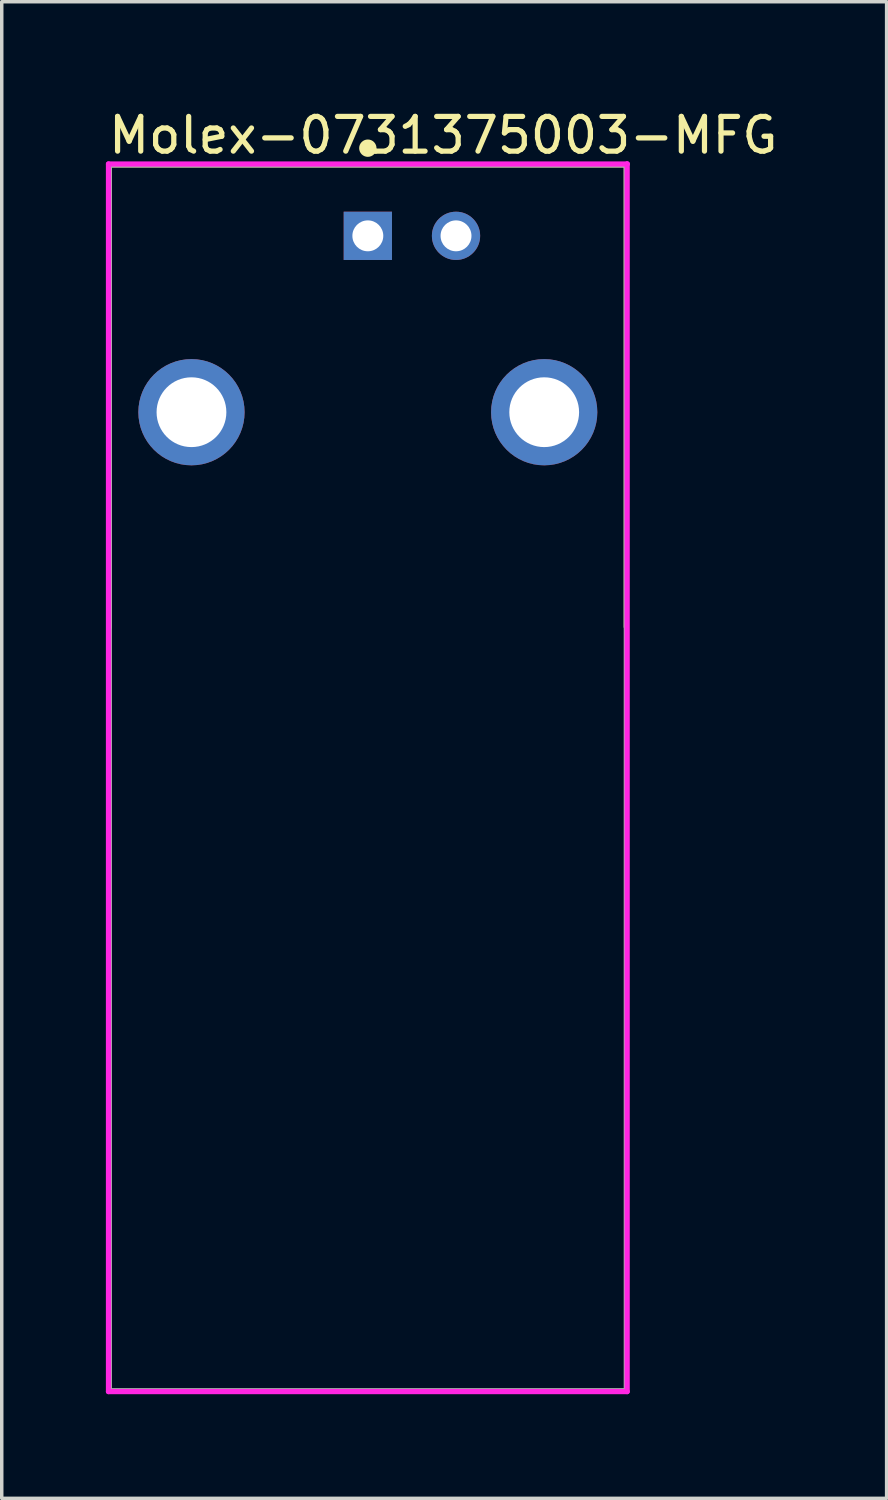
<source format=kicad_pcb>
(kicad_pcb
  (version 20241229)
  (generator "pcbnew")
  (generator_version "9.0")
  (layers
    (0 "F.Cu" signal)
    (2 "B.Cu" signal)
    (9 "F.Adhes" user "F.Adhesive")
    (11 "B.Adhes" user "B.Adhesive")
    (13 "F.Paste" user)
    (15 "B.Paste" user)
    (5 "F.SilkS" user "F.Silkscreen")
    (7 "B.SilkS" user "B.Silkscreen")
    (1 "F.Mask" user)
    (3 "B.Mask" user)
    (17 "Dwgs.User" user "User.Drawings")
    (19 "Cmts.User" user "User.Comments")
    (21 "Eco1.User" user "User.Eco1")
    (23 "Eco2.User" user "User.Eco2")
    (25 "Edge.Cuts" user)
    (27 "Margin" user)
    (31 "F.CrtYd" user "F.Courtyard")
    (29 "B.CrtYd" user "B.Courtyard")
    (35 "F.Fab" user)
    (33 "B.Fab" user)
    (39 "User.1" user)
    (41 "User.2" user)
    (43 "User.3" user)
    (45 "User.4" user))
  (footprint "Molex-0731375003-MFG"
    (layer "F.Cu")
    (at 7.545 19.353)
    (property "Reference" "Molex-0731375003-MFG" (at -7.545 -18.505 0) (layer "F.SilkS") (effects (font (size 1 1) (thickness 0.15)) (justify left)))
    (attr through_hole)
    (fp_line (start -7.445 -17.655) (end 7.445 -17.655) (stroke (width 0.15) (type solid)) (layer "F.SilkS"))
    (fp_line (start -7.445 -4.345) (end -7.445 -17.655) (stroke (width 0.15) (type solid)) (layer "F.SilkS"))
    (fp_line (start 7.445 -4.345) (end 7.445 -17.655) (stroke (width 0.15) (type solid)) (layer "F.SilkS"))
    (fp_circle (center 0 -18.135) (end 0.125 -18.135) (stroke (width 0.25) (type solid)) (fill no) (layer "F.SilkS"))
    (fp_line (start -7.47 -17.68) (end -7.47 17.68) (stroke (width 0.15) (type solid)) (layer "F.CrtYd"))
    (fp_line (start -7.47 17.68) (end 7.47 17.68) (stroke (width 0.15) (type solid)) (layer "F.CrtYd"))
    (fp_line (start 7.47 -17.68) (end -7.47 -17.68) (stroke (width 0.15) (type solid)) (layer "F.CrtYd"))
    (fp_line (start 7.47 -17.68) (end 7.47 -17.68) (stroke (width 0.15) (type solid)) (layer "F.CrtYd"))
    (fp_line (start 7.47 17.68) (end 7.47 -17.68) (stroke (width 0.15) (type solid)) (layer "F.CrtYd"))
    (fp_line (start -7.445 -17.655) (end 7.445 -17.655) (stroke (width 0.15) (type solid)) (layer "F.Fab"))
    (fp_line (start -7.445 17.655) (end -7.445 -17.655) (stroke (width 0.15) (type solid)) (layer "F.Fab"))
    (fp_line (start 7.445 -17.655) (end 7.445 17.655) (stroke (width 0.15) (type solid)) (layer "F.Fab"))
    (fp_line (start 7.445 17.655) (end -7.445 17.655) (stroke (width 0.15) (type solid)) (layer "F.Fab"))
    (pad "1" thru_hole rect (at 0 -15.61) (size 1.39 1.39) (drill 0.89) (layers "*.Cu"))
    (pad "2" thru_hole circle (at 2.54 -15.61) (size 1.39 1.39) (drill 0.89) (layers "*.Cu"))
    (pad "3" thru_hole circle (at -5.08 -10.53) (size 3.06 3.06) (drill 2.01) (layers "*.Cu"))
    (pad "4" thru_hole circle (at 5.08 -10.53) (size 3.06 3.06) (drill 2.01) (layers "*.Cu")))
  (gr_rect
    (start -3 -3)
    (end 22.488 40.108)
    (stroke (width 0.1) (type default))
    (fill no)
    (layer "Edge.Cuts")))
</source>
